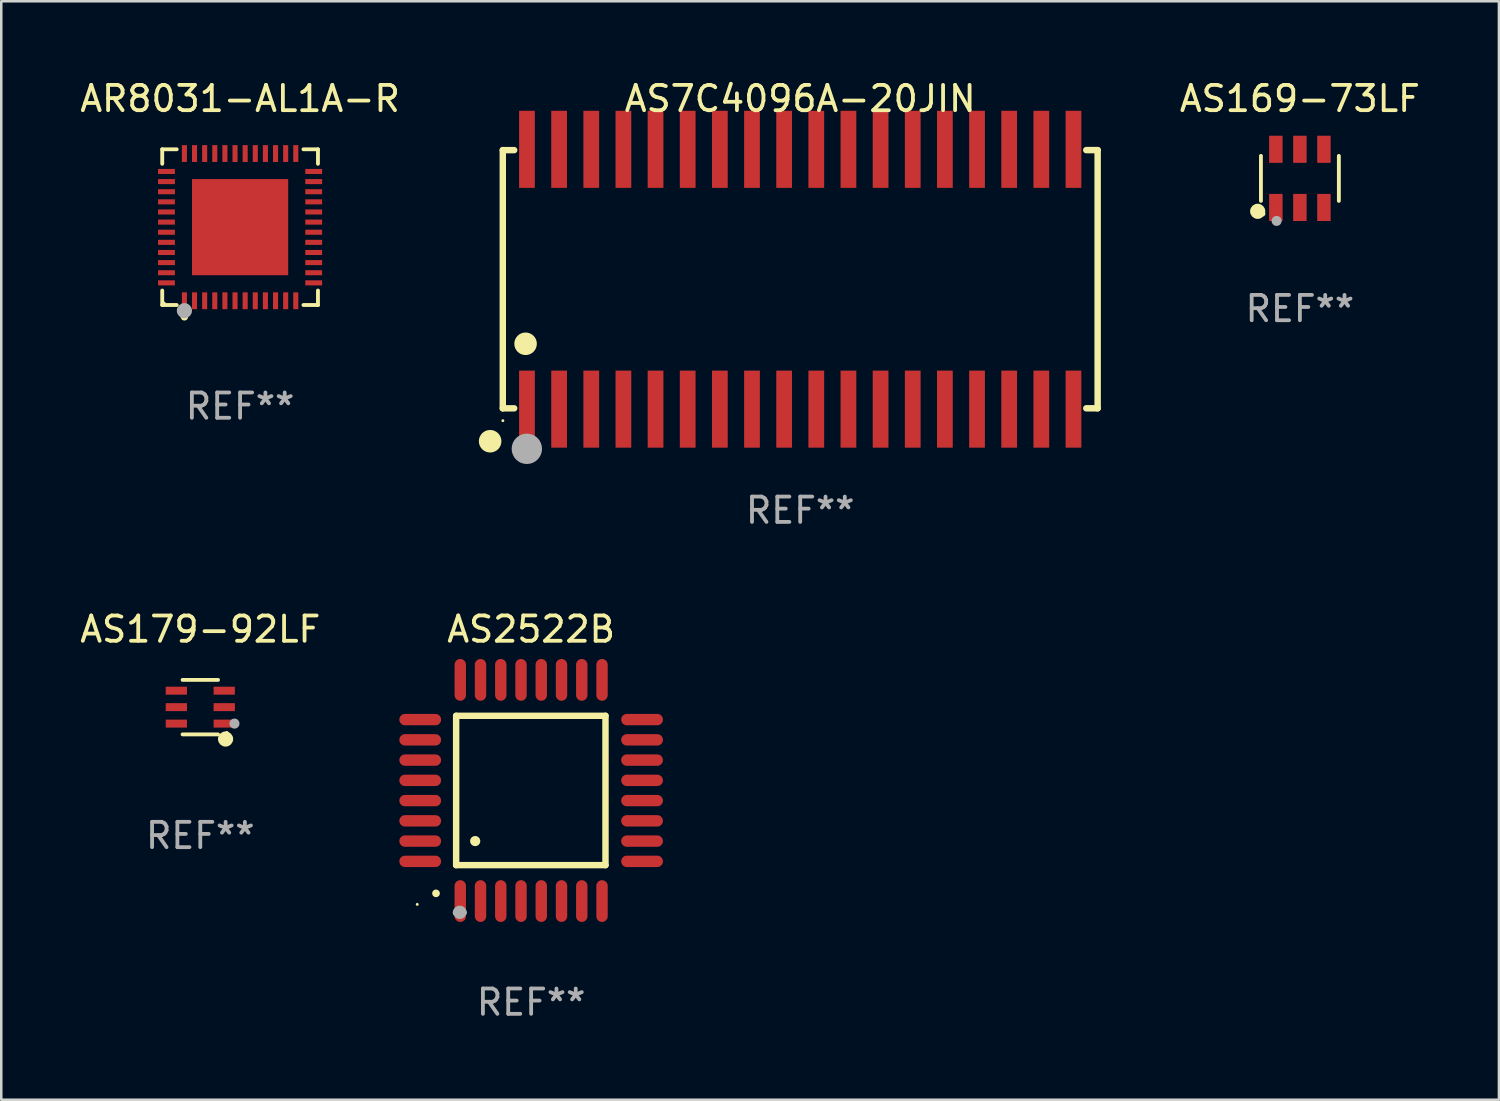
<source format=kicad_pcb>
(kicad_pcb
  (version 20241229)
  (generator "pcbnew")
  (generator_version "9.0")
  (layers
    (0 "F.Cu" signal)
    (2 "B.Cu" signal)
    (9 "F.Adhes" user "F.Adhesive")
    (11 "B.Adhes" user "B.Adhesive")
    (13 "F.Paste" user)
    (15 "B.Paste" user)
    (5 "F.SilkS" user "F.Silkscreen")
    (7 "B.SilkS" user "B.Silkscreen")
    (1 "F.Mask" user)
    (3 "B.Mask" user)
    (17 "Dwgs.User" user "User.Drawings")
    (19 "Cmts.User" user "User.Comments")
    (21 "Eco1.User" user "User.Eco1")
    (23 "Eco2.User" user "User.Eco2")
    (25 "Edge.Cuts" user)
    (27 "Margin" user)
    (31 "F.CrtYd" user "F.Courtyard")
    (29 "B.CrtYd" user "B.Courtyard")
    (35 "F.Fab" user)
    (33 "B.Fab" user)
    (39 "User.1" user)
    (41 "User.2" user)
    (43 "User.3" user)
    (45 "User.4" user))
  (footprint "AS7C4096A-20JIN"
    (layer "F.Cu")
    (at 28.563 7.981)
    (property "Reference" "AS7C4096A-20JIN" (at 0 -7.132 0) (layer "F.SilkS") (effects (font (size 1 1) (thickness 0.15))))
    (attr through_hole)
    (fp_line (start -11.75 -5.1) (end -11.75 5.1) (stroke (width 0.254) (type solid)) (layer "F.SilkS"))
    (fp_line (start -11.75 -5.1) (end -11.3 -5.1) (stroke (width 0.254) (type solid)) (layer "F.SilkS"))
    (fp_line (start -11.75 5.1) (end -11.3 5.1) (stroke (width 0.254) (type solid)) (layer "F.SilkS"))
    (fp_line (start 11.75 -5.101) (end 11.3 -5.101) (stroke (width 0.254) (type solid)) (layer "F.SilkS"))
    (fp_line (start 11.75 5.099) (end 11.3 5.099) (stroke (width 0.254) (type solid)) (layer "F.SilkS"))
    (fp_line (start 11.75 5.099) (end 11.75 -5.101) (stroke (width 0.254) (type solid)) (layer "F.SilkS"))
    (fp_circle (center -12.25 6.4) (end -12.027 6.4) (stroke (width 0.445) (type solid)) (fill no) (layer "F.SilkS"))
    (fp_circle (center -11.747 5.588) (end -11.717 5.588) (stroke (width 0.06) (type solid)) (fill no) (layer "F.SilkS"))
    (fp_circle (center -10.85 2.55) (end -10.627 2.55) (stroke (width 0.445) (type solid)) (fill no) (layer "F.SilkS"))
    (fp_circle (center -10.8 6.7) (end -10.5 6.7) (stroke (width 0.6) (type solid)) (fill no) (layer "F.Fab"))
    (fp_text user "REF**" (at 0 9.132 0) (layer "F.Fab") (effects (font (size 1 1) (thickness 0.15))))
    (pad "1" smd rect (at -10.795 5.132) (size 0.622 3.045) (layers "F.Cu" "F.Mask" "F.Paste"))
    (pad "2" smd rect (at -9.525 5.132) (size 0.622 3.045) (layers "F.Cu" "F.Mask" "F.Paste"))
    (pad "3" smd rect (at -8.255 5.132) (size 0.622 3.045) (layers "F.Cu" "F.Mask" "F.Paste"))
    (pad "4" smd rect (at -6.985 5.132) (size 0.622 3.045) (layers "F.Cu" "F.Mask" "F.Paste"))
    (pad "5" smd rect (at -5.715 5.132) (size 0.622 3.045) (layers "F.Cu" "F.Mask" "F.Paste"))
    (pad "6" smd rect (at -4.445 5.132) (size 0.622 3.045) (layers "F.Cu" "F.Mask" "F.Paste"))
    (pad "7" smd rect (at -3.175 5.132) (size 0.622 3.045) (layers "F.Cu" "F.Mask" "F.Paste"))
    (pad "8" smd rect (at -1.905 5.132) (size 0.622 3.045) (layers "F.Cu" "F.Mask" "F.Paste"))
    (pad "9" smd rect (at -0.635 5.132) (size 0.622 3.045) (layers "F.Cu" "F.Mask" "F.Paste"))
    (pad "10" smd rect (at 0.635 5.132) (size 0.622 3.045) (layers "F.Cu" "F.Mask" "F.Paste"))
    (pad "11" smd rect (at 1.905 5.132) (size 0.622 3.045) (layers "F.Cu" "F.Mask" "F.Paste"))
    (pad "12" smd rect (at 3.175 5.132) (size 0.622 3.045) (layers "F.Cu" "F.Mask" "F.Paste"))
    (pad "13" smd rect (at 4.445 5.132) (size 0.622 3.045) (layers "F.Cu" "F.Mask" "F.Paste"))
    (pad "14" smd rect (at 5.715 5.132) (size 0.622 3.045) (layers "F.Cu" "F.Mask" "F.Paste"))
    (pad "15" smd rect (at 6.985 5.132) (size 0.622 3.045) (layers "F.Cu" "F.Mask" "F.Paste"))
    (pad "16" smd rect (at 8.255 5.132) (size 0.622 3.045) (layers "F.Cu" "F.Mask" "F.Paste"))
    (pad "17" smd rect (at 9.525 5.132) (size 0.622 3.045) (layers "F.Cu" "F.Mask" "F.Paste"))
    (pad "18" smd rect (at 10.795 5.132) (size 0.622 3.045) (layers "F.Cu" "F.Mask" "F.Paste"))
    (pad "19" smd rect (at 10.795 -5.132) (size 0.622 3.045) (layers "F.Cu" "F.Mask" "F.Paste"))
    (pad "20" smd rect (at 9.525 -5.132) (size 0.622 3.045) (layers "F.Cu" "F.Mask" "F.Paste"))
    (pad "21" smd rect (at 8.255 -5.132) (size 0.622 3.045) (layers "F.Cu" "F.Mask" "F.Paste"))
    (pad "22" smd rect (at 6.985 -5.132) (size 0.622 3.045) (layers "F.Cu" "F.Mask" "F.Paste"))
    (pad "23" smd rect (at 5.715 -5.132) (size 0.622 3.045) (layers "F.Cu" "F.Mask" "F.Paste"))
    (pad "24" smd rect (at 4.445 -5.132) (size 0.622 3.045) (layers "F.Cu" "F.Mask" "F.Paste"))
    (pad "25" smd rect (at 3.175 -5.132) (size 0.622 3.045) (layers "F.Cu" "F.Mask" "F.Paste"))
    (pad "26" smd rect (at 1.905 -5.132) (size 0.622 3.045) (layers "F.Cu" "F.Mask" "F.Paste"))
    (pad "27" smd rect (at 0.635 -5.132) (size 0.622 3.045) (layers "F.Cu" "F.Mask" "F.Paste"))
    (pad "28" smd rect (at -0.635 -5.132) (size 0.622 3.045) (layers "F.Cu" "F.Mask" "F.Paste"))
    (pad "29" smd rect (at -1.905 -5.132) (size 0.622 3.045) (layers "F.Cu" "F.Mask" "F.Paste"))
    (pad "30" smd rect (at -3.175 -5.132) (size 0.622 3.045) (layers "F.Cu" "F.Mask" "F.Paste"))
    (pad "31" smd rect (at -4.445 -5.132) (size 0.622 3.045) (layers "F.Cu" "F.Mask" "F.Paste"))
    (pad "32" smd rect (at -5.715 -5.132) (size 0.622 3.045) (layers "F.Cu" "F.Mask" "F.Paste"))
    (pad "33" smd rect (at -6.985 -5.132) (size 0.622 3.045) (layers "F.Cu" "F.Mask" "F.Paste"))
    (pad "34" smd rect (at -8.255 -5.132) (size 0.622 3.045) (layers "F.Cu" "F.Mask" "F.Paste"))
    (pad "35" smd rect (at -9.525 -5.132) (size 0.622 3.045) (layers "F.Cu" "F.Mask" "F.Paste"))
    (pad "36" smd rect (at -10.795 -5.132) (size 0.622 3.045) (layers "F.Cu" "F.Mask" "F.Paste")))
  (footprint "AR8031-AL1A-R"
    (layer "F.Cu")
    (at 6.435 5.924)
    (property "Reference" "AR8031-AL1A-R" (at 0 -5.076 0) (layer "F.SilkS") (effects (font (size 1 1) (thickness 0.15))))
    (attr through_hole)
    (fp_line (start -3.076 -3.076) (end -2.503 -3.076) (stroke (width 0.152) (type solid)) (layer "F.SilkS"))
    (fp_line (start -3.076 -2.503) (end -3.076 -3.076) (stroke (width 0.152) (type solid)) (layer "F.SilkS"))
    (fp_line (start -3.076 2.503) (end -3.076 3.076) (stroke (width 0.152) (type solid)) (layer "F.SilkS"))
    (fp_line (start -3.076 3.076) (end -2.503 3.076) (stroke (width 0.152) (type solid)) (layer "F.SilkS"))
    (fp_line (start 3.076 -3.076) (end 2.503 -3.076) (stroke (width 0.152) (type solid)) (layer "F.SilkS"))
    (fp_line (start 3.076 -2.503) (end 3.076 -3.076) (stroke (width 0.152) (type solid)) (layer "F.SilkS"))
    (fp_line (start 3.076 2.503) (end 3.076 3.076) (stroke (width 0.152) (type solid)) (layer "F.SilkS"))
    (fp_line (start 3.076 3.076) (end 2.503 3.076) (stroke (width 0.152) (type solid)) (layer "F.SilkS"))
    (fp_circle (center -3 3) (end -2.97 3) (stroke (width 0.06) (type solid)) (fill no) (layer "F.SilkS"))
    (fp_circle (center -2.2 3.54) (end -2.125 3.54) (stroke (width 0.15) (type solid)) (fill no) (layer "F.SilkS"))
    (fp_circle (center -2.2 3.3) (end -2.05 3.3) (stroke (width 0.3) (type solid)) (fill no) (layer "F.Fab"))
    (fp_text user "REF**" (at 0 7.076 0) (layer "F.Fab") (effects (font (size 1 1) (thickness 0.15))))
    (pad "1" smd rect (at -2.2 2.908) (size 0.2 0.665) (layers "F.Cu" "F.Mask" "F.Paste"))
    (pad "2" smd rect (at -1.8 2.908) (size 0.2 0.665) (layers "F.Cu" "F.Mask" "F.Paste"))
    (pad "3" smd rect (at -1.4 2.908) (size 0.2 0.665) (layers "F.Cu" "F.Mask" "F.Paste"))
    (pad "4" smd rect (at -1 2.908) (size 0.2 0.665) (layers "F.Cu" "F.Mask" "F.Paste"))
    (pad "5" smd rect (at -0.6 2.908) (size 0.2 0.665) (layers "F.Cu" "F.Mask" "F.Paste"))
    (pad "6" smd rect (at -0.2 2.908) (size 0.2 0.665) (layers "F.Cu" "F.Mask" "F.Paste"))
    (pad "7" smd rect (at 0.2 2.908) (size 0.2 0.665) (layers "F.Cu" "F.Mask" "F.Paste"))
    (pad "8" smd rect (at 0.6 2.908) (size 0.2 0.665) (layers "F.Cu" "F.Mask" "F.Paste"))
    (pad "9" smd rect (at 1 2.908) (size 0.2 0.665) (layers "F.Cu" "F.Mask" "F.Paste"))
    (pad "10" smd rect (at 1.4 2.908) (size 0.2 0.665) (layers "F.Cu" "F.Mask" "F.Paste"))
    (pad "11" smd rect (at 1.8 2.908) (size 0.2 0.665) (layers "F.Cu" "F.Mask" "F.Paste"))
    (pad "12" smd rect (at 2.2 2.908) (size 0.2 0.665) (layers "F.Cu" "F.Mask" "F.Paste"))
    (pad "13" smd rect (at 2.908 2.2) (size 0.665 0.2) (layers "F.Cu" "F.Mask" "F.Paste"))
    (pad "14" smd rect (at 2.908 1.8) (size 0.665 0.2) (layers "F.Cu" "F.Mask" "F.Paste"))
    (pad "15" smd rect (at 2.908 1.4) (size 0.665 0.2) (layers "F.Cu" "F.Mask" "F.Paste"))
    (pad "16" smd rect (at 2.908 1) (size 0.665 0.2) (layers "F.Cu" "F.Mask" "F.Paste"))
    (pad "17" smd rect (at 2.908 0.6) (size 0.665 0.2) (layers "F.Cu" "F.Mask" "F.Paste"))
    (pad "18" smd rect (at 2.908 0.2) (size 0.665 0.2) (layers "F.Cu" "F.Mask" "F.Paste"))
    (pad "19" smd rect (at 2.908 -0.2) (size 0.665 0.2) (layers "F.Cu" "F.Mask" "F.Paste"))
    (pad "20" smd rect (at 2.908 -0.6) (size 0.665 0.2) (layers "F.Cu" "F.Mask" "F.Paste"))
    (pad "21" smd rect (at 2.908 -1) (size 0.665 0.2) (layers "F.Cu" "F.Mask" "F.Paste"))
    (pad "22" smd rect (at 2.908 -1.4) (size 0.665 0.2) (layers "F.Cu" "F.Mask" "F.Paste"))
    (pad "23" smd rect (at 2.908 -1.8) (size 0.665 0.2) (layers "F.Cu" "F.Mask" "F.Paste"))
    (pad "24" smd rect (at 2.908 -2.2) (size 0.665 0.2) (layers "F.Cu" "F.Mask" "F.Paste"))
    (pad "25" smd rect (at 2.2 -2.908) (size 0.2 0.665) (layers "F.Cu" "F.Mask" "F.Paste"))
    (pad "26" smd rect (at 1.8 -2.908) (size 0.2 0.665) (layers "F.Cu" "F.Mask" "F.Paste"))
    (pad "27" smd rect (at 1.4 -2.908) (size 0.2 0.665) (layers "F.Cu" "F.Mask" "F.Paste"))
    (pad "28" smd rect (at 1 -2.908) (size 0.2 0.665) (layers "F.Cu" "F.Mask" "F.Paste"))
    (pad "29" smd rect (at 0.6 -2.908) (size 0.2 0.665) (layers "F.Cu" "F.Mask" "F.Paste"))
    (pad "30" smd rect (at 0.2 -2.908) (size 0.2 0.665) (layers "F.Cu" "F.Mask" "F.Paste"))
    (pad "31" smd rect (at -0.2 -2.908) (size 0.2 0.665) (layers "F.Cu" "F.Mask" "F.Paste"))
    (pad "32" smd rect (at -0.6 -2.908) (size 0.2 0.665) (layers "F.Cu" "F.Mask" "F.Paste"))
    (pad "33" smd rect (at -1 -2.908) (size 0.2 0.665) (layers "F.Cu" "F.Mask" "F.Paste"))
    (pad "34" smd rect (at -1.4 -2.908) (size 0.2 0.665) (layers "F.Cu" "F.Mask" "F.Paste"))
    (pad "35" smd rect (at -1.8 -2.908) (size 0.2 0.665) (layers "F.Cu" "F.Mask" "F.Paste"))
    (pad "36" smd rect (at -2.2 -2.908) (size 0.2 0.665) (layers "F.Cu" "F.Mask" "F.Paste"))
    (pad "37" smd rect (at -2.908 -2.2) (size 0.665 0.2) (layers "F.Cu" "F.Mask" "F.Paste"))
    (pad "38" smd rect (at -2.908 -1.8) (size 0.665 0.2) (layers "F.Cu" "F.Mask" "F.Paste"))
    (pad "39" smd rect (at -2.908 -1.4) (size 0.665 0.2) (layers "F.Cu" "F.Mask" "F.Paste"))
    (pad "40" smd rect (at -2.908 -1) (size 0.665 0.2) (layers "F.Cu" "F.Mask" "F.Paste"))
    (pad "41" smd rect (at -2.908 -0.6) (size 0.665 0.2) (layers "F.Cu" "F.Mask" "F.Paste"))
    (pad "42" smd rect (at -2.908 -0.2) (size 0.665 0.2) (layers "F.Cu" "F.Mask" "F.Paste"))
    (pad "43" smd rect (at -2.908 0.2) (size 0.665 0.2) (layers "F.Cu" "F.Mask" "F.Paste"))
    (pad "44" smd rect (at -2.908 0.6) (size 0.665 0.2) (layers "F.Cu" "F.Mask" "F.Paste"))
    (pad "45" smd rect (at -2.908 1) (size 0.665 0.2) (layers "F.Cu" "F.Mask" "F.Paste"))
    (pad "46" smd rect (at -2.908 1.4) (size 0.665 0.2) (layers "F.Cu" "F.Mask" "F.Paste"))
    (pad "47" smd rect (at -2.908 1.8) (size 0.665 0.2) (layers "F.Cu" "F.Mask" "F.Paste"))
    (pad "48" smd rect (at -2.908 2.2) (size 0.665 0.2) (layers "F.Cu" "F.Mask" "F.Paste"))
    (pad "49" smd rect (at 0 0) (size 3.8 3.8) (layers "F.Cu" "F.Mask" "F.Paste")))
  (footprint "AS2522B"
    (layer "F.Cu")
    (at 17.933 28.178)
    (property "Reference" "AS2522B" (at 0 -6.369 0) (layer "F.SilkS") (effects (font (size 1 1) (thickness 0.15))))
    (attr through_hole)
    (fp_line (start -2.963 -2.95) (end -2.963 2.95) (stroke (width 0.254) (type solid)) (layer "F.SilkS"))
    (fp_line (start -2.963 2.95) (end 2.937 2.95) (stroke (width 0.254) (type solid)) (layer "F.SilkS"))
    (fp_line (start 2.937 -2.95) (end -2.963 -2.95) (stroke (width 0.254) (type solid)) (layer "F.SilkS"))
    (fp_line (start 2.937 2.95) (end 2.937 -2.95) (stroke (width 0.254) (type solid)) (layer "F.SilkS"))
    (fp_arc (start -3.759208 4.064008) (mid -3.757938 4.064003) (end -3.756668 4.064008) (stroke (width 0.3) (type solid)) (layer "F.SilkS"))
    (fp_arc (start -2.212344 1.998984) (mid -2.211074 1.99898) (end -2.209804 1.998984) (stroke (width 0.4) (type solid)) (layer "F.SilkS"))
    (fp_circle (center -4.5 4.5) (end -4.47 4.5) (stroke (width 0.06) (type solid)) (fill no) (layer "F.SilkS"))
    (fp_arc (start -2.967489 4.82601) (mid -2.819406 4.677927) (end -2.671323 4.82601) (stroke (width 0.254001) (type solid)) (layer "F.Fab"))
    (fp_arc (start -2.967488 4.82601) (mid -2.819406 4.791053) (end -2.671324 4.82601) (stroke (width 0.254001) (type solid)) (layer "F.Fab"))
    (fp_circle (center -2.819 4.826) (end -2.692 4.826) (stroke (width 0.254) (type solid)) (fill no) (layer "F.Fab"))
    (fp_text user "REF**" (at 0 8.369 0) (layer "F.Fab") (effects (font (size 1 1) (thickness 0.15))))
    (pad "1" smd oval (at -2.8 4.369) (size 0.45 1.65) (layers "F.Cu" "F.Mask" "F.Paste"))
    (pad "2" smd oval (at -2 4.369) (size 0.45 1.65) (layers "F.Cu" "F.Mask" "F.Paste"))
    (pad "3" smd oval (at -1.2 4.369) (size 0.45 1.65) (layers "F.Cu" "F.Mask" "F.Paste"))
    (pad "4" smd oval (at -0.4 4.369) (size 0.45 1.65) (layers "F.Cu" "F.Mask" "F.Paste"))
    (pad "5" smd oval (at 0.4 4.369) (size 0.45 1.65) (layers "F.Cu" "F.Mask" "F.Paste"))
    (pad "6" smd oval (at 1.2 4.369) (size 0.45 1.65) (layers "F.Cu" "F.Mask" "F.Paste"))
    (pad "7" smd oval (at 2 4.369) (size 0.45 1.65) (layers "F.Cu" "F.Mask" "F.Paste"))
    (pad "8" smd oval (at 2.8 4.369) (size 0.45 1.65) (layers "F.Cu" "F.Mask" "F.Paste"))
    (pad "9" smd oval (at 4.382 2.8) (size 1.65 0.45) (layers "F.Cu" "F.Mask" "F.Paste"))
    (pad "10" smd oval (at 4.382 2) (size 1.65 0.45) (layers "F.Cu" "F.Mask" "F.Paste"))
    (pad "11" smd oval (at 4.382 1.2) (size 1.65 0.45) (layers "F.Cu" "F.Mask" "F.Paste"))
    (pad "12" smd oval (at 4.382 0.4) (size 1.65 0.45) (layers "F.Cu" "F.Mask" "F.Paste"))
    (pad "13" smd oval (at 4.382 -0.4) (size 1.65 0.45) (layers "F.Cu" "F.Mask" "F.Paste"))
    (pad "14" smd oval (at 4.382 -1.2) (size 1.65 0.45) (layers "F.Cu" "F.Mask" "F.Paste"))
    (pad "15" smd oval (at 4.382 -2) (size 1.65 0.45) (layers "F.Cu" "F.Mask" "F.Paste"))
    (pad "16" smd oval (at 4.382 -2.8) (size 1.65 0.45) (layers "F.Cu" "F.Mask" "F.Paste"))
    (pad "17" smd oval (at 2.8 -4.369) (size 0.45 1.65) (layers "F.Cu" "F.Mask" "F.Paste"))
    (pad "18" smd oval (at 2 -4.369) (size 0.45 1.65) (layers "F.Cu" "F.Mask" "F.Paste"))
    (pad "19" smd oval (at 1.2 -4.369) (size 0.45 1.65) (layers "F.Cu" "F.Mask" "F.Paste"))
    (pad "20" smd oval (at 0.4 -4.369) (size 0.45 1.65) (layers "F.Cu" "F.Mask" "F.Paste"))
    (pad "21" smd oval (at -0.4 -4.369) (size 0.45 1.65) (layers "F.Cu" "F.Mask" "F.Paste"))
    (pad "22" smd oval (at -1.2 -4.369) (size 0.45 1.65) (layers "F.Cu" "F.Mask" "F.Paste"))
    (pad "23" smd oval (at -2 -4.369) (size 0.45 1.65) (layers "F.Cu" "F.Mask" "F.Paste"))
    (pad "24" smd oval (at -2.8 -4.369) (size 0.45 1.65) (layers "F.Cu" "F.Mask" "F.Paste"))
    (pad "25" smd oval (at -4.382 -2.8) (size 1.65 0.45) (layers "F.Cu" "F.Mask" "F.Paste"))
    (pad "26" smd oval (at -4.382 -2) (size 1.65 0.45) (layers "F.Cu" "F.Mask" "F.Paste"))
    (pad "27" smd oval (at -4.382 -1.2) (size 1.65 0.45) (layers "F.Cu" "F.Mask" "F.Paste"))
    (pad "28" smd oval (at -4.382 -0.4) (size 1.65 0.45) (layers "F.Cu" "F.Mask" "F.Paste"))
    (pad "29" smd oval (at -4.382 0.4) (size 1.65 0.45) (layers "F.Cu" "F.Mask" "F.Paste"))
    (pad "30" smd oval (at -4.382 1.2) (size 1.65 0.45) (layers "F.Cu" "F.Mask" "F.Paste"))
    (pad "31" smd oval (at -4.382 2) (size 1.65 0.45) (layers "F.Cu" "F.Mask" "F.Paste"))
    (pad "32" smd oval (at -4.382 2.8) (size 1.65 0.45) (layers "F.Cu" "F.Mask" "F.Paste")))
  (footprint "AS169-73LF"
    (layer "F.Cu")
    (at 48.303 3.997)
    (property "Reference" "AS169-73LF" (at 0 -3.149 0) (layer "F.SilkS") (effects (font (size 1 1) (thickness 0.15))))
    (attr through_hole)
    (fp_line (start -1.539 0.889) (end -1.539 -0.889) (stroke (width 0.152) (type solid)) (layer "F.SilkS"))
    (fp_line (start 1.539 0.889) (end 1.539 -0.889) (stroke (width 0.152) (type solid)) (layer "F.SilkS"))
    (fp_circle (center -1.668 1.301) (end -1.518 1.301) (stroke (width 0.3) (type solid)) (fill no) (layer "F.SilkS"))
    (fp_circle (center -1.463 1.4) (end -1.413 1.4) (stroke (width 0.1) (type solid)) (fill no) (layer "F.SilkS"))
    (fp_circle (center -0.92 1.68) (end -0.82 1.68) (stroke (width 0.2) (type solid)) (fill no) (layer "F.Fab"))
    (fp_text user "REF**" (at 0 5.149 0) (layer "F.Fab") (effects (font (size 1 1) (thickness 0.15))))
    (pad "1" smd rect (at -0.95 1.149) (size 0.532 1.072) (layers "F.Cu" "F.Mask" "F.Paste"))
    (pad "2" smd rect (at 0 1.149) (size 0.532 1.072) (layers "F.Cu" "F.Mask" "F.Paste"))
    (pad "3" smd rect (at 0.95 1.149) (size 0.532 1.072) (layers "F.Cu" "F.Mask" "F.Paste"))
    (pad "4" smd rect (at 0.95 -1.149) (size 0.532 1.072) (layers "F.Cu" "F.Mask" "F.Paste"))
    (pad "5" smd rect (at 0 -1.149) (size 0.532 1.072) (layers "F.Cu" "F.Mask" "F.Paste"))
    (pad "6" smd rect (at -0.95 -1.149) (size 0.532 1.072) (layers "F.Cu" "F.Mask" "F.Paste")))
  (footprint "AS179-92LF"
    (layer "F.Cu")
    (at 4.863 24.886)
    (property "Reference" "AS179-92LF" (at 0 -3.076 0) (layer "F.SilkS") (effects (font (size 1 1) (thickness 0.15))))
    (attr through_hole)
    (fp_line (start 0.701 -1.076) (end -0.701 -1.076) (stroke (width 0.152) (type solid)) (layer "F.SilkS"))
    (fp_line (start 0.701 1.076) (end -0.701 1.076) (stroke (width 0.152) (type solid)) (layer "F.SilkS"))
    (fp_circle (center 0.998 1.26) (end 1.148 1.26) (stroke (width 0.3) (type solid)) (fill no) (layer "F.SilkS"))
    (fp_circle (center 1.05 1) (end 1.08 1) (stroke (width 0.06) (type solid)) (fill no) (layer "F.SilkS"))
    (fp_circle (center 1.35 0.65) (end 1.45 0.65) (stroke (width 0.2) (type solid)) (fill no) (layer "F.Fab"))
    (fp_text user "REF**" (at 0 5.076 0) (layer "F.Fab") (effects (font (size 1 1) (thickness 0.15))))
    (pad "1" smd rect (at 0.946 0.65) (size 0.841 0.315) (layers "F.Cu" "F.Mask" "F.Paste"))
    (pad "2" smd rect (at 0.946 0) (size 0.841 0.315) (layers "F.Cu" "F.Mask" "F.Paste"))
    (pad "3" smd rect (at 0.946 -0.65) (size 0.841 0.315) (layers "F.Cu" "F.Mask" "F.Paste"))
    (pad "4" smd rect (at -0.946 -0.65) (size 0.841 0.315) (layers "F.Cu" "F.Mask" "F.Paste"))
    (pad "5" smd rect (at -0.946 0) (size 0.841 0.315) (layers "F.Cu" "F.Mask" "F.Paste"))
    (pad "6" smd rect (at -0.946 0.65) (size 0.841 0.315) (layers "F.Cu" "F.Mask" "F.Paste")))
  (gr_rect
    (start -3 -3)
    (end 56.166 40.395)
    (stroke (width 0.1) (type default))
    (fill no)
    (layer "Edge.Cuts")))
</source>
